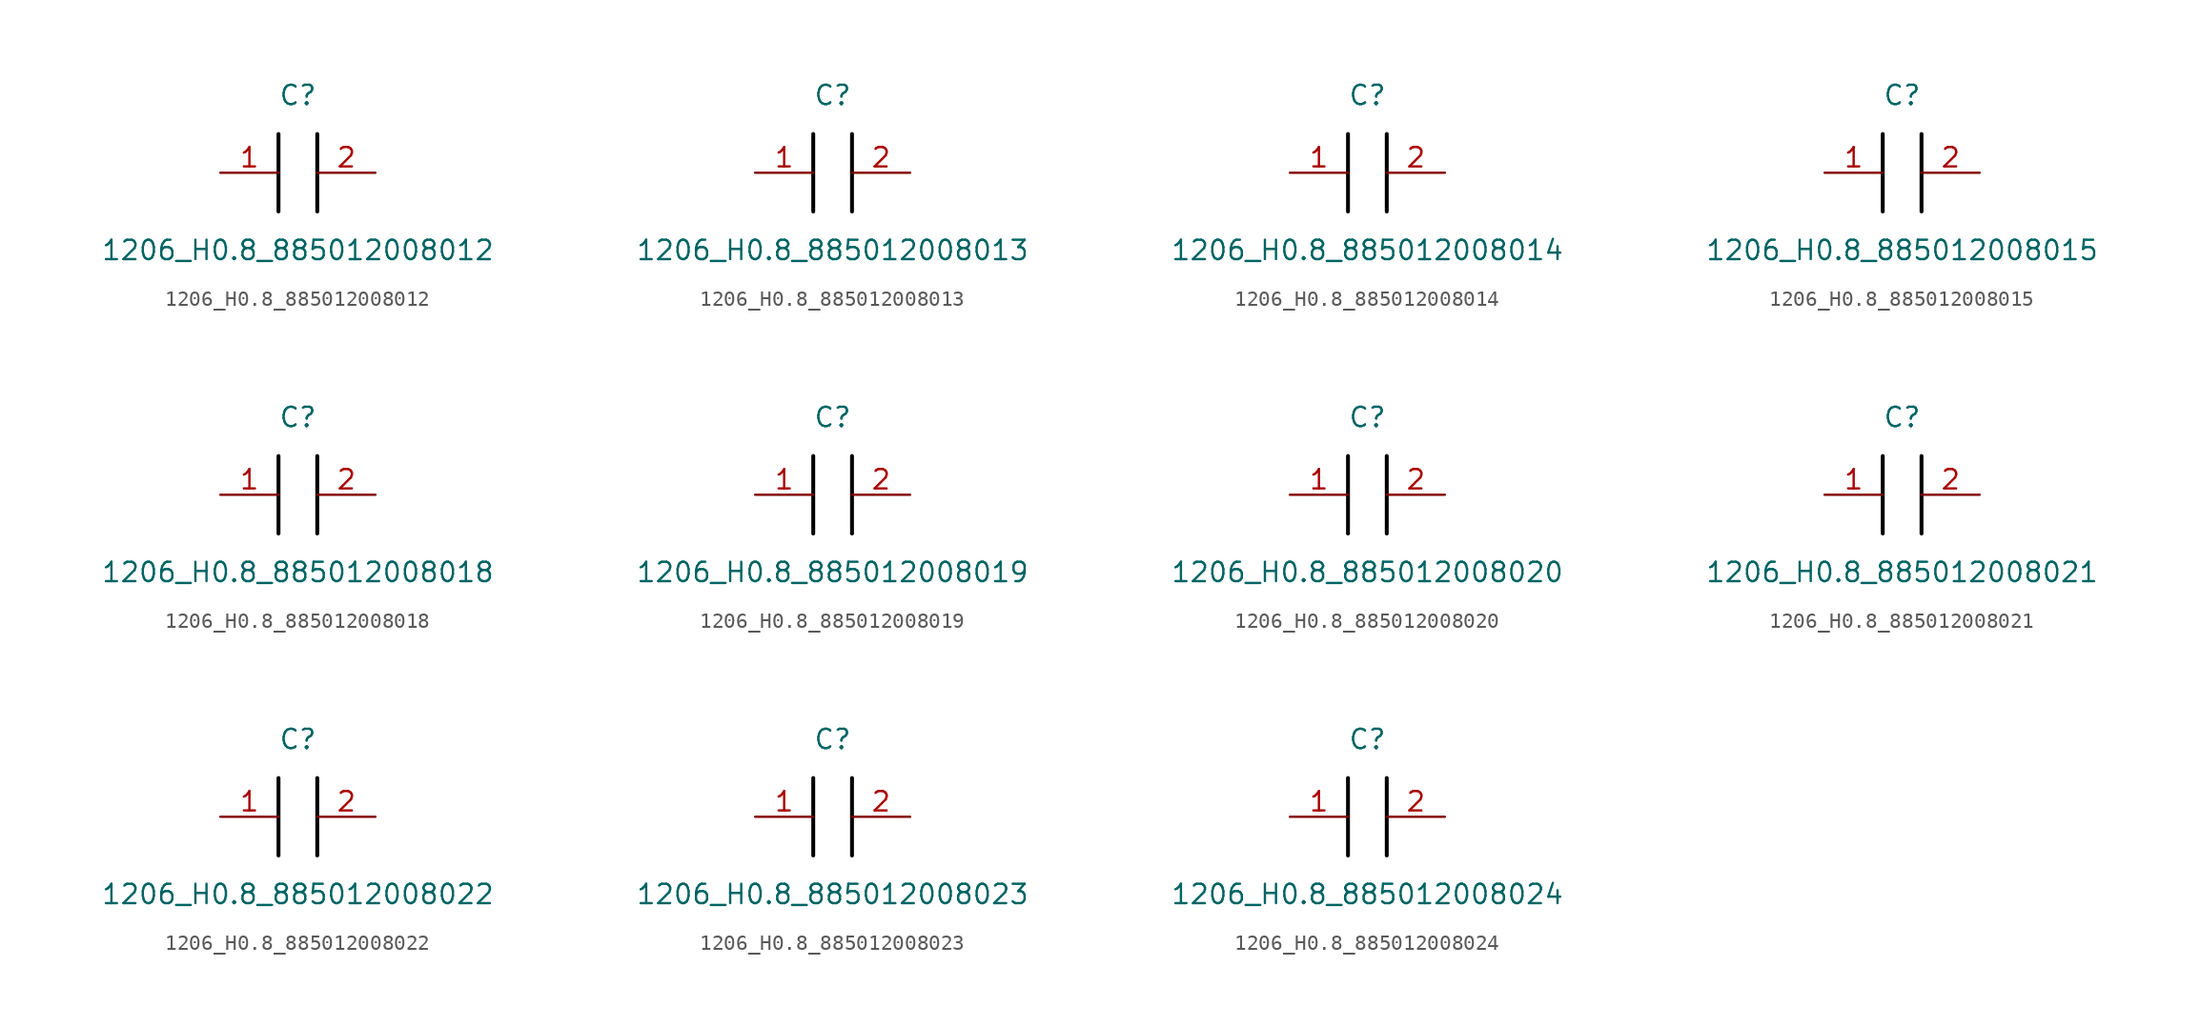
<source format=kicad_sym>
(kicad_symbol_lib
  (version 20220914)
  (generator kicad_symbol_editor)
  (symbol "1206_H0.8_885012008012"
    (pin_names hide)
    (property "Reference" "C"
      (at 0 5.08 0)
      (effects (font (size 1.27 1.27))))
    (property "Value" "1206_H0.8_885012008012"
      (at 0 -5.08 0)
      (effects (font (size 1.27 1.27))))
    (symbol "1206_H0.8_885012008012_1_1"
      (polyline (pts (xy -1.27 2.54) (xy -1.27 -2.54)) (stroke (width 0.254) (type default) (color 0 0 0 1)) (fill (type none)))
      (polyline (pts (xy 1.27 2.54) (xy 1.27 -2.54)) (stroke (width 0.254) (type default) (color 0 0 0 1)) (fill (type none)))
      (pin passive line (at -5.08 0 0) (length 3.81) (name "1" (effects (font (size 1.27 1.27)))) (number "1" (effects (font (size 1.27 1.27)))))
      (pin passive line (at 5.08 0 180) (length 3.81) (name "2" (effects (font (size 1.27 1.27)))) (number "2" (effects (font (size 1.27 1.27)))))))
  (symbol "1206_H0.8_885012008013"
    (pin_names hide)
    (property "Reference" "C"
      (at 0 5.08 0)
      (effects (font (size 1.27 1.27))))
    (property "Value" "1206_H0.8_885012008013"
      (at 0 -5.08 0)
      (effects (font (size 1.27 1.27))))
    (symbol "1206_H0.8_885012008013_1_1"
      (polyline (pts (xy -1.27 2.54) (xy -1.27 -2.54)) (stroke (width 0.254) (type default) (color 0 0 0 1)) (fill (type none)))
      (polyline (pts (xy 1.27 2.54) (xy 1.27 -2.54)) (stroke (width 0.254) (type default) (color 0 0 0 1)) (fill (type none)))
      (pin passive line (at -5.08 0 0) (length 3.81) (name "1" (effects (font (size 1.27 1.27)))) (number "1" (effects (font (size 1.27 1.27)))))
      (pin passive line (at 5.08 0 180) (length 3.81) (name "2" (effects (font (size 1.27 1.27)))) (number "2" (effects (font (size 1.27 1.27)))))))
  (symbol "1206_H0.8_885012008014"
    (pin_names hide)
    (property "Reference" "C"
      (at 0 5.08 0)
      (effects (font (size 1.27 1.27))))
    (property "Value" "1206_H0.8_885012008014"
      (at 0 -5.08 0)
      (effects (font (size 1.27 1.27))))
    (symbol "1206_H0.8_885012008014_1_1"
      (polyline (pts (xy -1.27 2.54) (xy -1.27 -2.54)) (stroke (width 0.254) (type default) (color 0 0 0 1)) (fill (type none)))
      (polyline (pts (xy 1.27 2.54) (xy 1.27 -2.54)) (stroke (width 0.254) (type default) (color 0 0 0 1)) (fill (type none)))
      (pin passive line (at -5.08 0 0) (length 3.81) (name "1" (effects (font (size 1.27 1.27)))) (number "1" (effects (font (size 1.27 1.27)))))
      (pin passive line (at 5.08 0 180) (length 3.81) (name "2" (effects (font (size 1.27 1.27)))) (number "2" (effects (font (size 1.27 1.27)))))))
  (symbol "1206_H0.8_885012008015"
    (pin_names hide)
    (property "Reference" "C"
      (at 0 5.08 0)
      (effects (font (size 1.27 1.27))))
    (property "Value" "1206_H0.8_885012008015"
      (at 0 -5.08 0)
      (effects (font (size 1.27 1.27))))
    (symbol "1206_H0.8_885012008015_1_1"
      (polyline (pts (xy -1.27 2.54) (xy -1.27 -2.54)) (stroke (width 0.254) (type default) (color 0 0 0 1)) (fill (type none)))
      (polyline (pts (xy 1.27 2.54) (xy 1.27 -2.54)) (stroke (width 0.254) (type default) (color 0 0 0 1)) (fill (type none)))
      (pin passive line (at -5.08 0 0) (length 3.81) (name "1" (effects (font (size 1.27 1.27)))) (number "1" (effects (font (size 1.27 1.27)))))
      (pin passive line (at 5.08 0 180) (length 3.81) (name "2" (effects (font (size 1.27 1.27)))) (number "2" (effects (font (size 1.27 1.27)))))))
  (symbol "1206_H0.8_885012008018"
    (pin_names hide)
    (property "Reference" "C"
      (at 0 5.08 0)
      (effects (font (size 1.27 1.27))))
    (property "Value" "1206_H0.8_885012008018"
      (at 0 -5.08 0)
      (effects (font (size 1.27 1.27))))
    (symbol "1206_H0.8_885012008018_1_1"
      (polyline (pts (xy -1.27 2.54) (xy -1.27 -2.54)) (stroke (width 0.254) (type default) (color 0 0 0 1)) (fill (type none)))
      (polyline (pts (xy 1.27 2.54) (xy 1.27 -2.54)) (stroke (width 0.254) (type default) (color 0 0 0 1)) (fill (type none)))
      (pin passive line (at -5.08 0 0) (length 3.81) (name "1" (effects (font (size 1.27 1.27)))) (number "1" (effects (font (size 1.27 1.27)))))
      (pin passive line (at 5.08 0 180) (length 3.81) (name "2" (effects (font (size 1.27 1.27)))) (number "2" (effects (font (size 1.27 1.27)))))))
  (symbol "1206_H0.8_885012008019"
    (pin_names hide)
    (property "Reference" "C"
      (at 0 5.08 0)
      (effects (font (size 1.27 1.27))))
    (property "Value" "1206_H0.8_885012008019"
      (at 0 -5.08 0)
      (effects (font (size 1.27 1.27))))
    (symbol "1206_H0.8_885012008019_1_1"
      (polyline (pts (xy -1.27 2.54) (xy -1.27 -2.54)) (stroke (width 0.254) (type default) (color 0 0 0 1)) (fill (type none)))
      (polyline (pts (xy 1.27 2.54) (xy 1.27 -2.54)) (stroke (width 0.254) (type default) (color 0 0 0 1)) (fill (type none)))
      (pin passive line (at -5.08 0 0) (length 3.81) (name "1" (effects (font (size 1.27 1.27)))) (number "1" (effects (font (size 1.27 1.27)))))
      (pin passive line (at 5.08 0 180) (length 3.81) (name "2" (effects (font (size 1.27 1.27)))) (number "2" (effects (font (size 1.27 1.27)))))))
  (symbol "1206_H0.8_885012008020"
    (pin_names hide)
    (property "Reference" "C"
      (at 0 5.08 0)
      (effects (font (size 1.27 1.27))))
    (property "Value" "1206_H0.8_885012008020"
      (at 0 -5.08 0)
      (effects (font (size 1.27 1.27))))
    (symbol "1206_H0.8_885012008020_1_1"
      (polyline (pts (xy -1.27 2.54) (xy -1.27 -2.54)) (stroke (width 0.254) (type default) (color 0 0 0 1)) (fill (type none)))
      (polyline (pts (xy 1.27 2.54) (xy 1.27 -2.54)) (stroke (width 0.254) (type default) (color 0 0 0 1)) (fill (type none)))
      (pin passive line (at -5.08 0 0) (length 3.81) (name "1" (effects (font (size 1.27 1.27)))) (number "1" (effects (font (size 1.27 1.27)))))
      (pin passive line (at 5.08 0 180) (length 3.81) (name "2" (effects (font (size 1.27 1.27)))) (number "2" (effects (font (size 1.27 1.27)))))))
  (symbol "1206_H0.8_885012008021"
    (pin_names hide)
    (property "Reference" "C"
      (at 0 5.08 0)
      (effects (font (size 1.27 1.27))))
    (property "Value" "1206_H0.8_885012008021"
      (at 0 -5.08 0)
      (effects (font (size 1.27 1.27))))
    (symbol "1206_H0.8_885012008021_1_1"
      (polyline (pts (xy -1.27 2.54) (xy -1.27 -2.54)) (stroke (width 0.254) (type default) (color 0 0 0 1)) (fill (type none)))
      (polyline (pts (xy 1.27 2.54) (xy 1.27 -2.54)) (stroke (width 0.254) (type default) (color 0 0 0 1)) (fill (type none)))
      (pin passive line (at -5.08 0 0) (length 3.81) (name "1" (effects (font (size 1.27 1.27)))) (number "1" (effects (font (size 1.27 1.27)))))
      (pin passive line (at 5.08 0 180) (length 3.81) (name "2" (effects (font (size 1.27 1.27)))) (number "2" (effects (font (size 1.27 1.27)))))))
  (symbol "1206_H0.8_885012008022"
    (pin_names hide)
    (property "Reference" "C"
      (at 0 5.08 0)
      (effects (font (size 1.27 1.27))))
    (property "Value" "1206_H0.8_885012008022"
      (at 0 -5.08 0)
      (effects (font (size 1.27 1.27))))
    (symbol "1206_H0.8_885012008022_1_1"
      (polyline (pts (xy -1.27 2.54) (xy -1.27 -2.54)) (stroke (width 0.254) (type default) (color 0 0 0 1)) (fill (type none)))
      (polyline (pts (xy 1.27 2.54) (xy 1.27 -2.54)) (stroke (width 0.254) (type default) (color 0 0 0 1)) (fill (type none)))
      (pin passive line (at -5.08 0 0) (length 3.81) (name "1" (effects (font (size 1.27 1.27)))) (number "1" (effects (font (size 1.27 1.27)))))
      (pin passive line (at 5.08 0 180) (length 3.81) (name "2" (effects (font (size 1.27 1.27)))) (number "2" (effects (font (size 1.27 1.27)))))))
  (symbol "1206_H0.8_885012008023"
    (pin_names hide)
    (property "Reference" "C"
      (at 0 5.08 0)
      (effects (font (size 1.27 1.27))))
    (property "Value" "1206_H0.8_885012008023"
      (at 0 -5.08 0)
      (effects (font (size 1.27 1.27))))
    (symbol "1206_H0.8_885012008023_1_1"
      (polyline (pts (xy -1.27 2.54) (xy -1.27 -2.54)) (stroke (width 0.254) (type default) (color 0 0 0 1)) (fill (type none)))
      (polyline (pts (xy 1.27 2.54) (xy 1.27 -2.54)) (stroke (width 0.254) (type default) (color 0 0 0 1)) (fill (type none)))
      (pin passive line (at -5.08 0 0) (length 3.81) (name "1" (effects (font (size 1.27 1.27)))) (number "1" (effects (font (size 1.27 1.27)))))
      (pin passive line (at 5.08 0 180) (length 3.81) (name "2" (effects (font (size 1.27 1.27)))) (number "2" (effects (font (size 1.27 1.27)))))))
  (symbol "1206_H0.8_885012008024"
    (pin_names hide)
    (property "Reference" "C"
      (at 0 5.08 0)
      (effects (font (size 1.27 1.27))))
    (property "Value" "1206_H0.8_885012008024"
      (at 0 -5.08 0)
      (effects (font (size 1.27 1.27))))
    (symbol "1206_H0.8_885012008024_1_1"
      (polyline (pts (xy -1.27 2.54) (xy -1.27 -2.54)) (stroke (width 0.254) (type default) (color 0 0 0 1)) (fill (type none)))
      (polyline (pts (xy 1.27 2.54) (xy 1.27 -2.54)) (stroke (width 0.254) (type default) (color 0 0 0 1)) (fill (type none)))
      (pin passive line (at -5.08 0 0) (length 3.81) (name "1" (effects (font (size 1.27 1.27)))) (number "1" (effects (font (size 1.27 1.27)))))
      (pin passive line (at 5.08 0 180) (length 3.81) (name "2" (effects (font (size 1.27 1.27)))) (number "2" (effects (font (size 1.27 1.27))))))))
</source>
